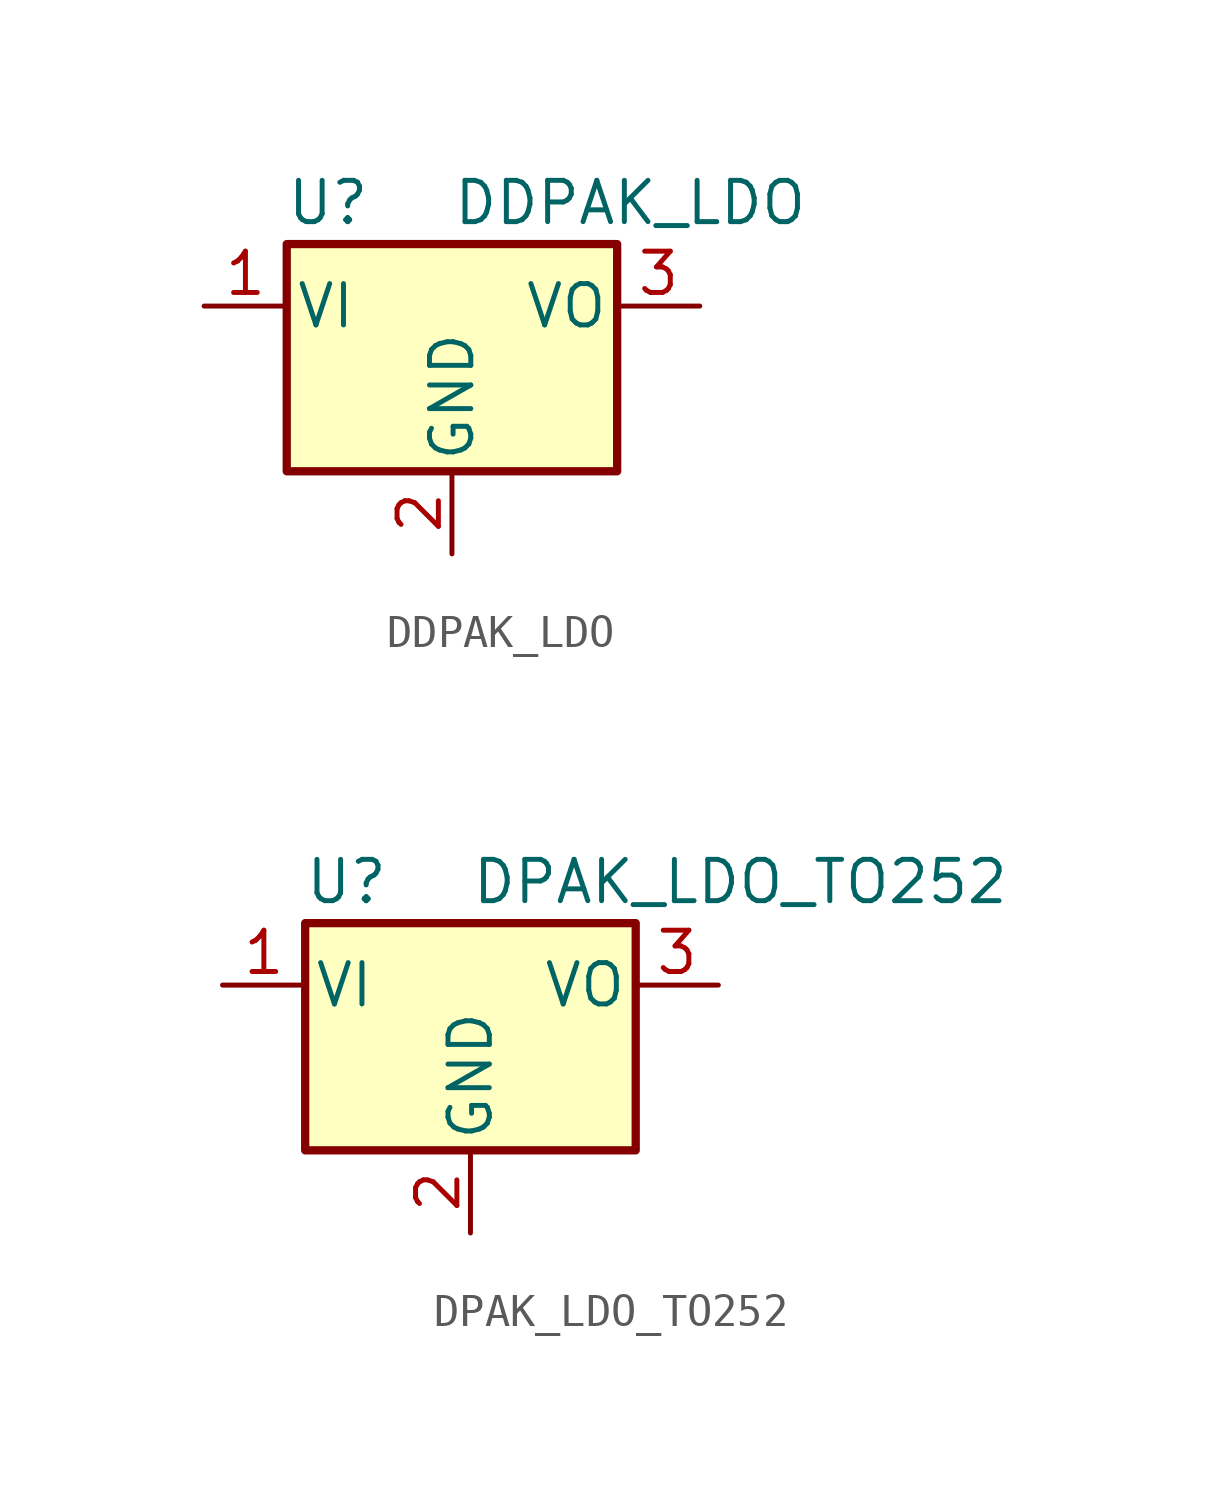
<source format=kicad_sym>
(kicad_symbol_lib
  (version 20201005)
  (generator kicad_symbol_editor)
  (symbol "DDPAK_LDO"
    (pin_names
      (offset 0.254))
    (property "Reference" "U"
      (at -3.81 3.175 0)
      (effects (font (size 1.27 1.27))))
    (property "Value" "DDPAK_LDO"
      (at 0 3.175 0)
      (effects (font (size 1.27 1.27)) (justify left)))
    (symbol "DDPAK_LDO_0_1"
      (rectangle (start -5.08 1.905) (end 5.08 -5.08) (stroke (width 0.254)) (fill (type background))))
    (symbol "DDPAK_LDO_1_1"
      (pin power_in line (at -7.62 0 0) (length 2.54) (name "VI" (effects (font (size 1.27 1.27)))) (number "1" (effects (font (size 1.27 1.27)))))
      (pin power_in line (at 0 -7.62 90) (length 2.54) (name "GND" (effects (font (size 1.27 1.27)))) (number "2" (effects (font (size 1.27 1.27)))))
      (pin power_out line (at 7.62 0 180) (length 2.54) (name "VO" (effects (font (size 1.27 1.27)))) (number "3" (effects (font (size 1.27 1.27)))))))
  (symbol "DPAK_LDO_TO252"
    (pin_names
      (offset 0.254))
    (property "Reference" "U"
      (at -3.81 3.175 0)
      (effects (font (size 1.27 1.27))))
    (property "Value" "DPAK_LDO_TO252"
      (at 0 3.175 0)
      (effects (font (size 1.27 1.27)) (justify left)))
    (symbol "DPAK_LDO_TO252_0_1"
      (rectangle (start -5.08 1.905) (end 5.08 -5.08) (stroke (width 0.254)) (fill (type background))))
    (symbol "DPAK_LDO_TO252_1_1"
      (pin power_in line (at -7.62 0 0) (length 2.54) (name "VI" (effects (font (size 1.27 1.27)))) (number "1" (effects (font (size 1.27 1.27)))))
      (pin power_in line (at 0 -7.62 90) (length 2.54) (name "GND" (effects (font (size 1.27 1.27)))) (number "2" (effects (font (size 1.27 1.27)))))
      (pin power_out line (at 7.62 0 180) (length 2.54) (name "VO" (effects (font (size 1.27 1.27)))) (number "3" (effects (font (size 1.27 1.27))))))))
</source>
